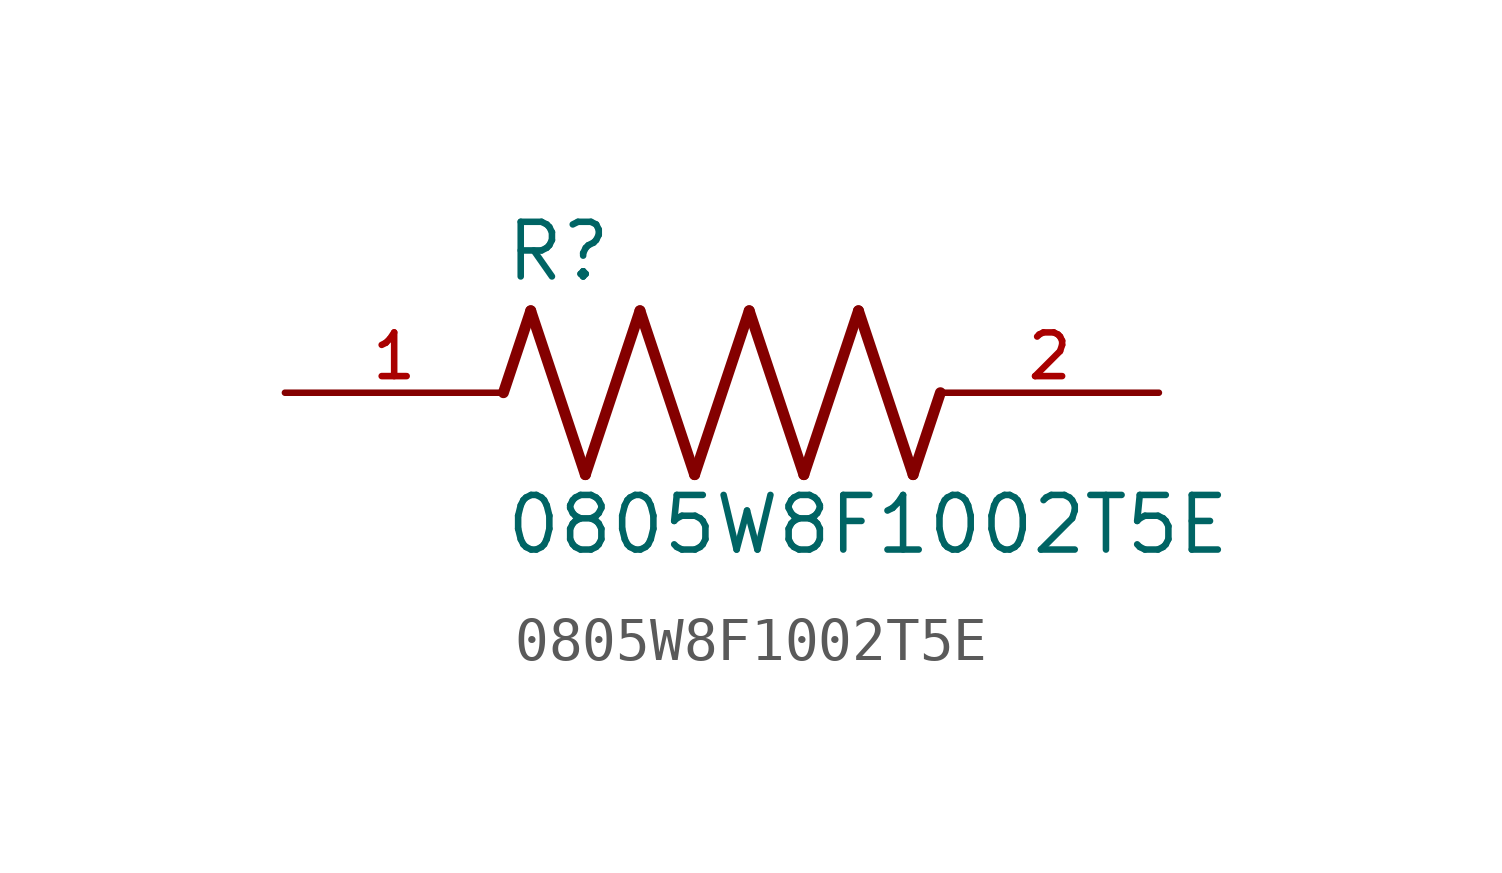
<source format=kicad_sym>
(kicad_symbol_lib
  (version 20241209)
  (generator "kicad_symbol_editor")
  (generator_version "9.0")
  (symbol "0805W8F1002T5E"
    (pin_names
      (offset 1.016))
    (property "Reference" "R"
      (at -5.08 2.54 0)
      (effects (font (size 1.27 1.27)) (justify left bottom)))
    (property "Value" "0805W8F1002T5E"
      (at -5.08 -3.81 0)
      (effects (font (size 1.27 1.27)) (justify left bottom)))
    (symbol "0805W8F1002T5E_0_0"
      (polyline (pts (xy -5.08 0) (xy -4.445 1.905)) (stroke (width 0.254) (type default)) (fill (type none)))
      (polyline (pts (xy -4.445 1.905) (xy -3.175 -1.905)) (stroke (width 0.254) (type default)) (fill (type none)))
      (polyline (pts (xy -3.175 -1.905) (xy -1.905 1.905)) (stroke (width 0.254) (type default)) (fill (type none)))
      (polyline (pts (xy -1.905 1.905) (xy -0.635 -1.905)) (stroke (width 0.254) (type default)) (fill (type none)))
      (polyline (pts (xy -0.635 -1.905) (xy 0.635 1.905)) (stroke (width 0.254) (type default)) (fill (type none)))
      (polyline (pts (xy 0.635 1.905) (xy 1.905 -1.905)) (stroke (width 0.254) (type default)) (fill (type none)))
      (polyline (pts (xy 1.905 -1.905) (xy 3.175 1.905)) (stroke (width 0.254) (type default)) (fill (type none)))
      (polyline (pts (xy 3.175 1.905) (xy 4.445 -1.905)) (stroke (width 0.254) (type default)) (fill (type none)))
      (polyline (pts (xy 4.445 -1.905) (xy 5.08 0)) (stroke (width 0.254) (type default)) (fill (type none)))
      (pin passive line (at -10.16 0 0) (length 5.08) (name "~" (effects (font (size 1.016 1.016)))) (number "1" (effects (font (size 1.016 1.016)))))
      (pin passive line (at 10.16 0 180) (length 5.08) (name "~" (effects (font (size 1.016 1.016)))) (number "2" (effects (font (size 1.016 1.016))))))))
</source>
